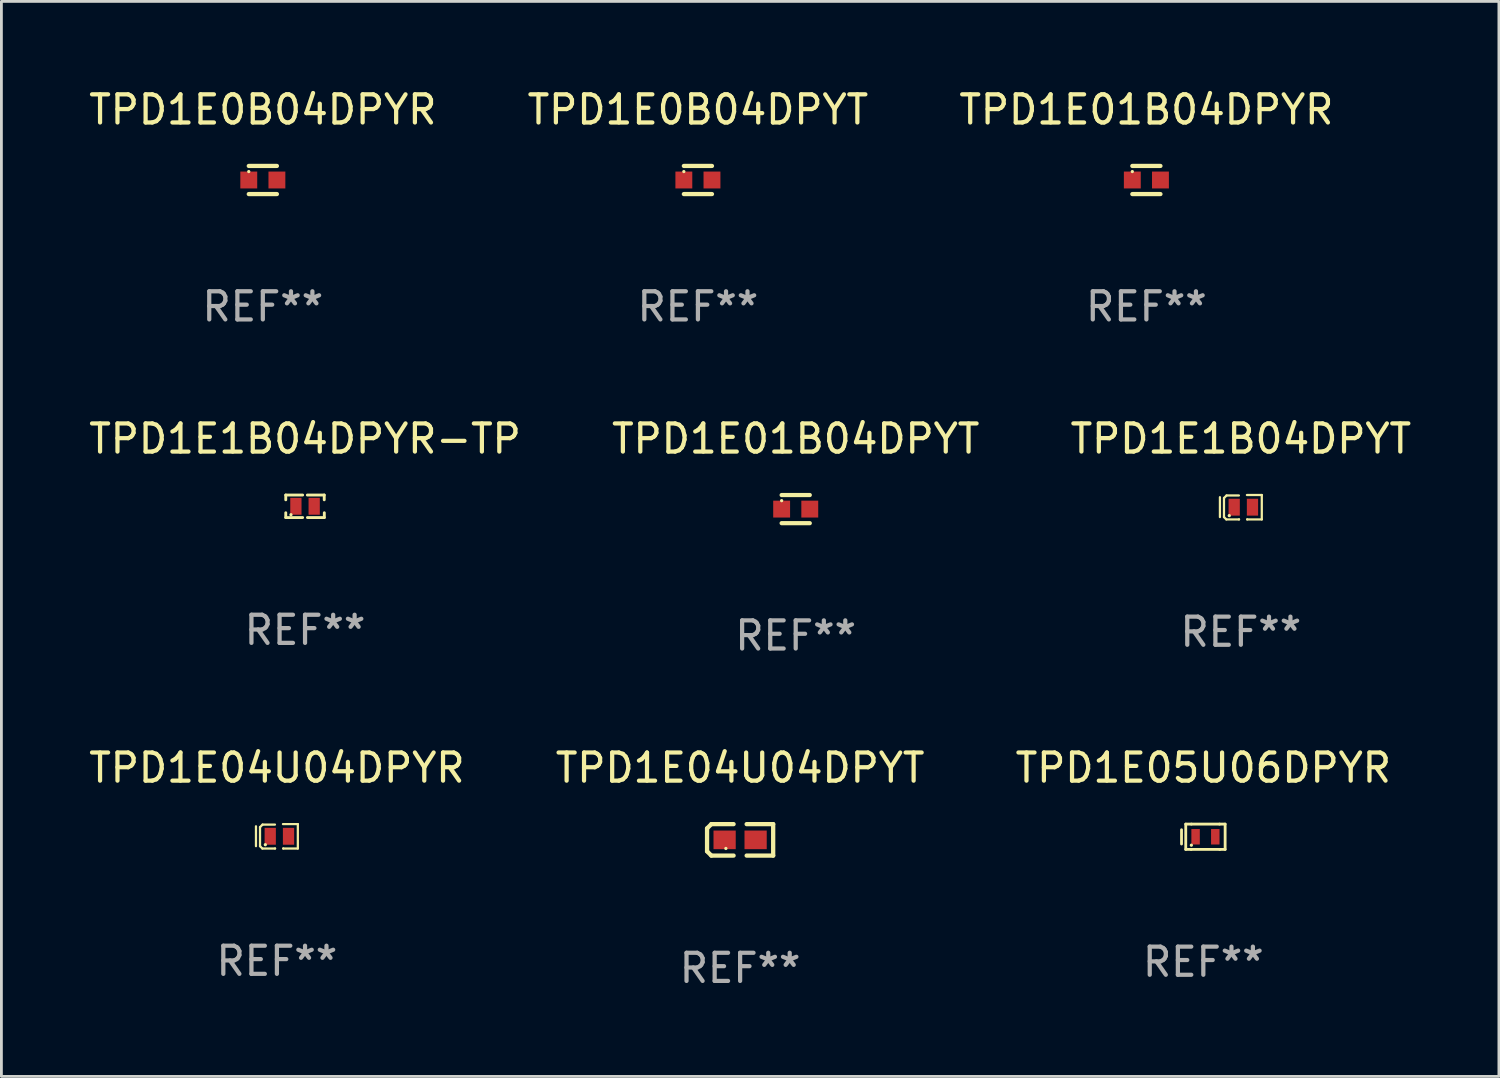
<source format=kicad_pcb>
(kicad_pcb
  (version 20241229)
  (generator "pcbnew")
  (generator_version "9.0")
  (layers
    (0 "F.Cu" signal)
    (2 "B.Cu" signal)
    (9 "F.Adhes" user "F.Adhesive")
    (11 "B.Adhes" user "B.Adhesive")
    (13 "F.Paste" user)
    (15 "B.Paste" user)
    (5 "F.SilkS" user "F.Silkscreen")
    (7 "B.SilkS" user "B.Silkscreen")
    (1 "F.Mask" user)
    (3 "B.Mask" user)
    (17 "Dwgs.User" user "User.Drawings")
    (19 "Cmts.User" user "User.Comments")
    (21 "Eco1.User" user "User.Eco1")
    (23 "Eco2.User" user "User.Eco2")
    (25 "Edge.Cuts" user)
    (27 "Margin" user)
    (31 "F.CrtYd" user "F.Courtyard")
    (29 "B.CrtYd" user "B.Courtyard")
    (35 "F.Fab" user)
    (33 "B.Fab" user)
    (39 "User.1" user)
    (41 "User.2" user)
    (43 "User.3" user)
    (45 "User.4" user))
  (footprint "TPD1E04U04DPYT"
    (layer "F.Cu")
    (at 23.256 26.801)
    (property "Reference" "TPD1E04U04DPYT" (at 0 -2.559 0) (layer "F.SilkS") (effects (font (size 1 1) (thickness 0.15))))
    (attr through_hole)
    (fp_line (start -1.175 -0.407) (end -1.023 -0.559) (stroke (width 0.152) (type solid)) (layer "F.SilkS"))
    (fp_line (start -1.175 0.407) (end -1.175 -0.407) (stroke (width 0.152) (type solid)) (layer "F.SilkS"))
    (fp_line (start -1.023 -0.559) (end -0.232 -0.559) (stroke (width 0.152) (type solid)) (layer "F.SilkS"))
    (fp_line (start -1.023 0.559) (end -1.175 0.407) (stroke (width 0.152) (type solid)) (layer "F.SilkS"))
    (fp_line (start -0.232 0.559) (end -1.023 0.559) (stroke (width 0.152) (type solid)) (layer "F.SilkS"))
    (fp_line (start 0.232 0.559) (end 1.175 0.559) (stroke (width 0.152) (type solid)) (layer "F.SilkS"))
    (fp_line (start 1.175 -0.559) (end 0.232 -0.559) (stroke (width 0.152) (type solid)) (layer "F.SilkS"))
    (fp_line (start 1.175 0.559) (end 1.175 -0.559) (stroke (width 0.152) (type solid)) (layer "F.SilkS"))
    (fp_circle (center -0.506 0.306) (end -0.476 0.306) (stroke (width 0.06) (type solid)) (fill no) (layer "F.SilkS"))
    (fp_text user "REF**" (at 0 4.559 0) (layer "F.Fab") (effects (font (size 1 1) (thickness 0.15))))
    (pad "1" smd rect (at -0.551 0) (size 0.79 0.661) (layers "F.Cu" "F.Mask" "F.Paste"))
    (pad "2" smd rect (at 0.551 0) (size 0.79 0.661) (layers "F.Cu" "F.Mask" "F.Paste")))
  (footprint "TPD1E01B04DPYT"
    (layer "F.Cu")
    (at 25.232 15.045)
    (property "Reference" "TPD1E01B04DPYT" (at 0 -2.5 0) (layer "F.SilkS") (effects (font (size 1 1) (thickness 0.15))))
    (attr through_hole)
    (fp_line (start -0.5 -0.5) (end 0.5 -0.5) (stroke (width 0.15) (type solid)) (layer "F.SilkS"))
    (fp_line (start -0.5 0.5) (end 0.5 0.5) (stroke (width 0.15) (type solid)) (layer "F.SilkS"))
    (fp_circle (center -0.5 -0.3) (end -0.47 -0.3) (stroke (width 0.06) (type solid)) (fill no) (layer "F.SilkS"))
    (fp_text user "REF**" (at 0 4.5 0) (layer "F.Fab") (effects (font (size 1 1) (thickness 0.15))))
    (pad "1" smd rect (at -0.5 0) (size 0.6 0.6) (layers "F.Cu" "F.Mask" "F.Paste"))
    (pad "2" smd rect (at 0.5 0) (size 0.6 0.6) (layers "F.Cu" "F.Mask" "F.Paste")))
  (footprint "TPD1E05U06DPYR"
    (layer "F.Cu")
    (at 39.72 26.691)
    (property "Reference" "TPD1E05U06DPYR" (at 0 -2.45 0) (layer "F.SilkS") (effects (font (size 1 1) (thickness 0.15))))
    (attr through_hole)
    (fp_line (start -0.775 -0.25) (end -0.775 0.258) (stroke (width 0.1) (type solid)) (layer "F.SilkS"))
    (fp_line (start -0.625 -0.45) (end -0.625 0.45) (stroke (width 0.1) (type solid)) (layer "F.SilkS"))
    (fp_line (start -0.625 0.45) (end -0.433 0.45) (stroke (width 0.1) (type solid)) (layer "F.SilkS"))
    (fp_line (start -0.433 0.45) (end 0.583 0.45) (stroke (width 0.1) (type solid)) (layer "F.SilkS"))
    (fp_line (start -0.425 -0.45) (end -0.625 -0.45) (stroke (width 0.1) (type solid)) (layer "F.SilkS"))
    (fp_line (start -0.425 -0.45) (end 0.575 -0.45) (stroke (width 0.1) (type solid)) (layer "F.SilkS"))
    (fp_line (start 0.575 -0.45) (end 0.775 -0.45) (stroke (width 0.1) (type solid)) (layer "F.SilkS"))
    (fp_line (start 0.775 -0.45) (end 0.775 0.45) (stroke (width 0.1) (type solid)) (layer "F.SilkS"))
    (fp_line (start 0.775 0.45) (end 0.583 0.45) (stroke (width 0.1) (type solid)) (layer "F.SilkS"))
    (fp_circle (center -0.425 0.3) (end -0.395 0.3) (stroke (width 0.06) (type solid)) (fill no) (layer "F.SilkS"))
    (fp_text user "REF**" (at 0 4.45 0) (layer "F.Fab") (effects (font (size 1 1) (thickness 0.15))))
    (pad "1" smd rect (at -0.275 0 90) (size 0.55 0.3) (layers "F.Cu" "F.Mask" "F.Paste"))
    (pad "2" smd rect (at 0.425 0 90) (size 0.55 0.3) (layers "F.Cu" "F.Mask" "F.Paste")))
  (footprint "TPD1E0B04DPYT"
    (layer "F.Cu")
    (at 21.756 3.348)
    (property "Reference" "TPD1E0B04DPYT" (at 0 -2.5 0) (layer "F.SilkS") (effects (font (size 1 1) (thickness 0.15))))
    (attr through_hole)
    (fp_line (start -0.5 -0.5) (end 0.5 -0.5) (stroke (width 0.15) (type solid)) (layer "F.SilkS"))
    (fp_line (start -0.5 0.5) (end 0.5 0.5) (stroke (width 0.15) (type solid)) (layer "F.SilkS"))
    (fp_circle (center -0.5 -0.3) (end -0.47 -0.3) (stroke (width 0.06) (type solid)) (fill no) (layer "F.SilkS"))
    (fp_text user "REF**" (at 0 4.5 0) (layer "F.Fab") (effects (font (size 1 1) (thickness 0.15))))
    (pad "1" smd rect (at -0.5 0) (size 0.6 0.6) (layers "F.Cu" "F.Mask" "F.Paste"))
    (pad "2" smd rect (at 0.5 0) (size 0.6 0.6) (layers "F.Cu" "F.Mask" "F.Paste")))
  (footprint "TPD1E1B04DPYR-TP"
    (layer "F.Cu")
    (at 7.792 14.945)
    (property "Reference" "TPD1E1B04DPYR-TP" (at 0 -2.4 0) (layer "F.SilkS") (effects (font (size 1 1) (thickness 0.15))))
    (attr through_hole)
    (fp_line (start -0.685 -0.4) (end -0.685 -0.23) (stroke (width 0.102) (type solid)) (layer "F.SilkS"))
    (fp_line (start -0.685 0.4) (end -0.685 0.23) (stroke (width 0.102) (type solid)) (layer "F.SilkS"))
    (fp_line (start -0.085 -0.4) (end -0.685 -0.4) (stroke (width 0.102) (type solid)) (layer "F.SilkS"))
    (fp_line (start -0.085 0.4) (end -0.685 0.4) (stroke (width 0.102) (type solid)) (layer "F.SilkS"))
    (fp_line (start 0.082 -0.4) (end 0.682 -0.4) (stroke (width 0.102) (type solid)) (layer "F.SilkS"))
    (fp_line (start 0.085 0.4) (end 0.685 0.4) (stroke (width 0.102) (type solid)) (layer "F.SilkS"))
    (fp_line (start 0.682 -0.4) (end 0.682 -0.23) (stroke (width 0.102) (type solid)) (layer "F.SilkS"))
    (fp_line (start 0.685 0.4) (end 0.685 0.23) (stroke (width 0.102) (type solid)) (layer "F.SilkS"))
    (fp_circle (center -0.5 0.3) (end -0.47 0.3) (stroke (width 0.06) (type solid)) (fill no) (layer "F.SilkS"))
    (fp_text user "REF**" (at 0 4.4 0) (layer "F.Fab") (effects (font (size 1 1) (thickness 0.15))))
    (pad "1" smd rect (at -0.325 0) (size 0.4 0.6) (layers "F.Cu" "F.Mask" "F.Paste"))
    (pad "2" smd rect (at 0.325 0) (size 0.4 0.6) (layers "F.Cu" "F.Mask" "F.Paste")))
  (footprint "TPD1E01B04DPYR"
    (layer "F.Cu")
    (at 37.696 3.348)
    (property "Reference" "TPD1E01B04DPYR" (at 0 -2.5 0) (layer "F.SilkS") (effects (font (size 1 1) (thickness 0.15))))
    (attr through_hole)
    (fp_line (start -0.5 -0.5) (end 0.5 -0.5) (stroke (width 0.15) (type solid)) (layer "F.SilkS"))
    (fp_line (start -0.5 0.5) (end 0.5 0.5) (stroke (width 0.15) (type solid)) (layer "F.SilkS"))
    (fp_circle (center -0.5 -0.3) (end -0.47 -0.3) (stroke (width 0.06) (type solid)) (fill no) (layer "F.SilkS"))
    (fp_text user "REF**" (at 0 4.5 0) (layer "F.Fab") (effects (font (size 1 1) (thickness 0.15))))
    (pad "1" smd rect (at -0.5 0) (size 0.6 0.6) (layers "F.Cu" "F.Mask" "F.Paste"))
    (pad "2" smd rect (at 0.5 0) (size 0.6 0.6) (layers "F.Cu" "F.Mask" "F.Paste")))
  (footprint "TPD1E04U04DPYR"
    (layer "F.Cu")
    (at 6.792 26.675)
    (property "Reference" "TPD1E04U04DPYR" (at 0 -2.434 0) (layer "F.SilkS") (effects (font (size 1 1) (thickness 0.15))))
    (attr through_hole)
    (fp_line (start -0.744 -0.356) (end -0.744 0.35) (stroke (width 0.08) (type solid)) (layer "F.SilkS"))
    (fp_line (start -0.6 -0.327) (end -0.6 0.35) (stroke (width 0.08) (type solid)) (layer "F.SilkS"))
    (fp_line (start -0.6 0.35) (end -0.517 0.434) (stroke (width 0.08) (type solid)) (layer "F.SilkS"))
    (fp_line (start -0.517 0.434) (end -0.067 0.434) (stroke (width 0.08) (type solid)) (layer "F.SilkS"))
    (fp_line (start -0.509 -0.417) (end -0.6 -0.327) (stroke (width 0.08) (type solid)) (layer "F.SilkS"))
    (fp_line (start -0.07 -0.417) (end -0.509 -0.417) (stroke (width 0.08) (type solid)) (layer "F.SilkS"))
    (fp_line (start -0.067 0.434) (end -0.065 0.432) (stroke (width 0.08) (type solid)) (layer "F.SilkS"))
    (fp_line (start 0.215 -0.434) (end 0.744 -0.434) (stroke (width 0.08) (type solid)) (layer "F.SilkS"))
    (fp_line (start 0.226 0.434) (end 0.226 0.432) (stroke (width 0.08) (type solid)) (layer "F.SilkS"))
    (fp_line (start 0.744 -0.434) (end 0.744 0.434) (stroke (width 0.08) (type solid)) (layer "F.SilkS"))
    (fp_line (start 0.744 0.434) (end 0.226 0.434) (stroke (width 0.08) (type solid)) (layer "F.SilkS"))
    (fp_circle (center -0.412 0.299) (end -0.382 0.299) (stroke (width 0.06) (type solid)) (fill no) (layer "F.SilkS"))
    (fp_text user "REF**" (at 0 4.434 0) (layer "F.Fab") (effects (font (size 1 1) (thickness 0.15))))
    (pad "1" smd rect (at -0.237 -0.001) (size 0.4 0.6) (layers "F.Cu" "F.Mask" "F.Paste"))
    (pad "2" smd rect (at 0.413 -0.001) (size 0.4 0.6) (layers "F.Cu" "F.Mask" "F.Paste")))
  (footprint "TPD1E1B04DPYT"
    (layer "F.Cu")
    (at 41.054 14.978)
    (property "Reference" "TPD1E1B04DPYT" (at 0 -2.434 0) (layer "F.SilkS") (effects (font (size 1 1) (thickness 0.15))))
    (attr through_hole)
    (fp_line (start -0.744 -0.356) (end -0.744 0.35) (stroke (width 0.08) (type solid)) (layer "F.SilkS"))
    (fp_line (start -0.6 -0.327) (end -0.6 0.35) (stroke (width 0.08) (type solid)) (layer "F.SilkS"))
    (fp_line (start -0.6 0.35) (end -0.517 0.434) (stroke (width 0.08) (type solid)) (layer "F.SilkS"))
    (fp_line (start -0.517 0.434) (end -0.067 0.434) (stroke (width 0.08) (type solid)) (layer "F.SilkS"))
    (fp_line (start -0.509 -0.417) (end -0.6 -0.327) (stroke (width 0.08) (type solid)) (layer "F.SilkS"))
    (fp_line (start -0.07 -0.417) (end -0.509 -0.417) (stroke (width 0.08) (type solid)) (layer "F.SilkS"))
    (fp_line (start -0.067 0.434) (end -0.065 0.432) (stroke (width 0.08) (type solid)) (layer "F.SilkS"))
    (fp_line (start 0.215 -0.434) (end 0.744 -0.434) (stroke (width 0.08) (type solid)) (layer "F.SilkS"))
    (fp_line (start 0.226 0.434) (end 0.226 0.432) (stroke (width 0.08) (type solid)) (layer "F.SilkS"))
    (fp_line (start 0.744 -0.434) (end 0.744 0.434) (stroke (width 0.08) (type solid)) (layer "F.SilkS"))
    (fp_line (start 0.744 0.434) (end 0.226 0.434) (stroke (width 0.08) (type solid)) (layer "F.SilkS"))
    (fp_circle (center -0.412 0.299) (end -0.382 0.299) (stroke (width 0.06) (type solid)) (fill no) (layer "F.SilkS"))
    (fp_text user "REF**" (at 0 4.434 0) (layer "F.Fab") (effects (font (size 1 1) (thickness 0.15))))
    (pad "1" smd rect (at -0.237 -0.001) (size 0.4 0.6) (layers "F.Cu" "F.Mask" "F.Paste"))
    (pad "2" smd rect (at 0.413 -0.001) (size 0.4 0.6) (layers "F.Cu" "F.Mask" "F.Paste")))
  (footprint "TPD1E0B04DPYR"
    (layer "F.Cu")
    (at 6.292 3.348)
    (property "Reference" "TPD1E0B04DPYR" (at 0 -2.5 0) (layer "F.SilkS") (effects (font (size 1 1) (thickness 0.15))))
    (attr through_hole)
    (fp_line (start -0.5 -0.5) (end 0.5 -0.5) (stroke (width 0.15) (type solid)) (layer "F.SilkS"))
    (fp_line (start -0.5 0.5) (end 0.5 0.5) (stroke (width 0.15) (type solid)) (layer "F.SilkS"))
    (fp_circle (center -0.5 -0.3) (end -0.47 -0.3) (stroke (width 0.06) (type solid)) (fill no) (layer "F.SilkS"))
    (fp_text user "REF**" (at 0 4.5 0) (layer "F.Fab") (effects (font (size 1 1) (thickness 0.15))))
    (pad "1" smd rect (at -0.5 0) (size 0.6 0.6) (layers "F.Cu" "F.Mask" "F.Paste"))
    (pad "2" smd rect (at 0.5 0) (size 0.6 0.6) (layers "F.Cu" "F.Mask" "F.Paste")))
  (gr_rect
    (start -3 -3)
    (end 50.226 35.208)
    (stroke (width 0.1) (type default))
    (fill no)
    (layer "Edge.Cuts")))
</source>
